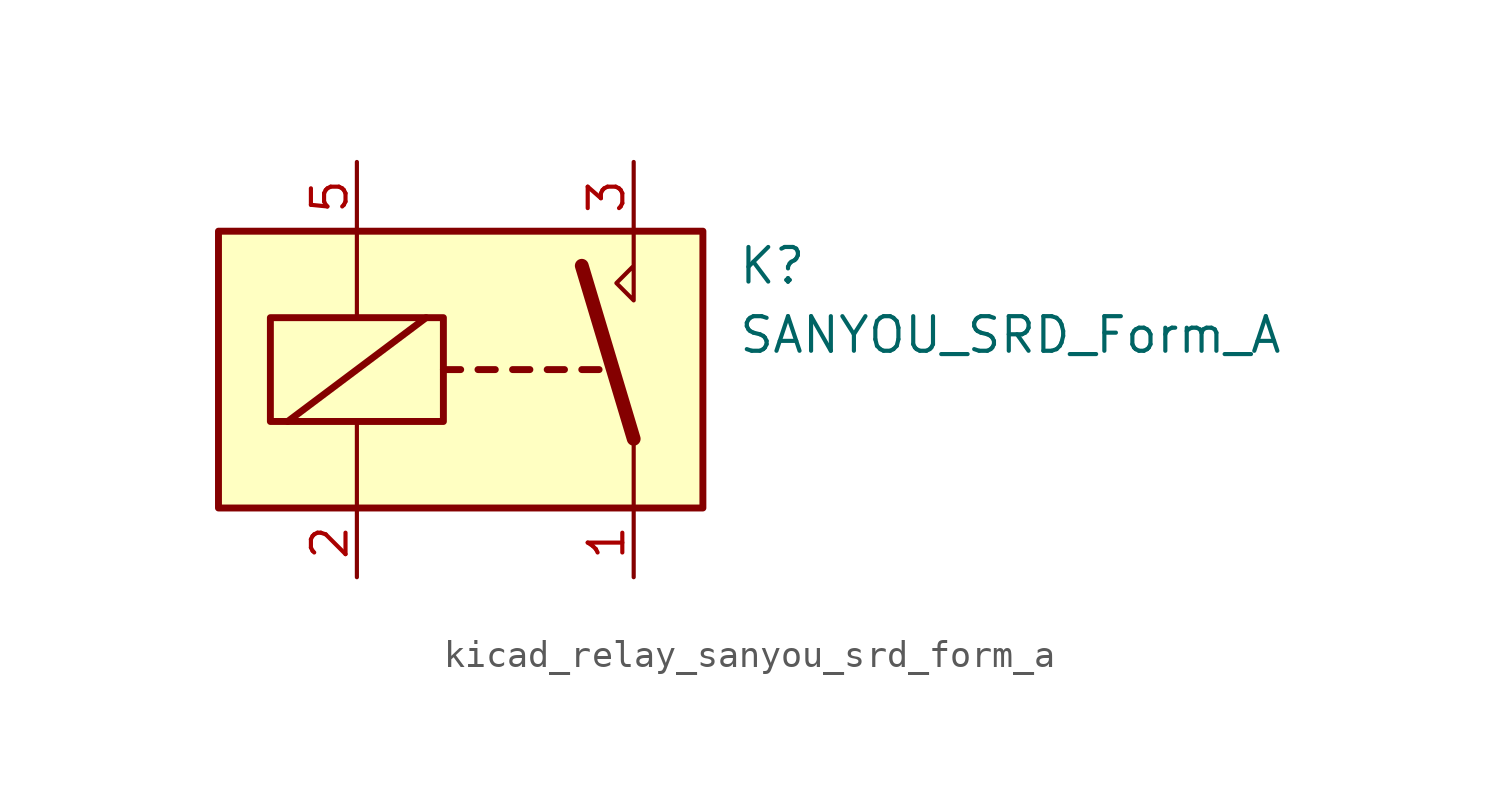
<source format=kicad_sym>
(kicad_symbol_lib
  (version 20220914)
  (generator kicad_symbol_editor)
  (symbol "kicad_relay_sanyou_srd_form_a"
    (property "Reference" "K"
      (at 8.89 3.81 0)
      (effects (font (size 1.27 1.27)) (justify left)))
    (property "Value" "SANYOU_SRD_Form_A"
      (at 8.89 1.27 0)
      (effects (font (size 1.27 1.27)) (justify left)))
    (symbol "kicad_relay_sanyou_srd_form_a_0_0"
      (polyline (pts (xy 5.08 5.08) (xy 5.08 2.54) (xy 4.445 3.175) (xy 5.08 3.81)) (stroke (width 0) (type default)) (fill (type none))))
    (symbol "kicad_relay_sanyou_srd_form_a_0_1"
      (rectangle (start -10.16 5.08) (end 7.62 -5.08) (stroke (width 0.254) (type default)) (fill (type background)))
      (rectangle (start -8.255 1.905) (end -1.905 -1.905) (stroke (width 0.254) (type default)) (fill (type none)))
      (polyline (pts (xy -7.62 -1.905) (xy -2.54 1.905)) (stroke (width 0.254) (type default)) (fill (type none)))
      (polyline (pts (xy -5.08 -5.08) (xy -5.08 -1.905)) (stroke (width 0) (type default)) (fill (type none)))
      (polyline (pts (xy -5.08 5.08) (xy -5.08 1.905)) (stroke (width 0) (type default)) (fill (type none)))
      (polyline (pts (xy -1.905 0) (xy -1.27 0)) (stroke (width 0.254) (type default)) (fill (type none)))
      (polyline (pts (xy -0.635 0) (xy 0 0)) (stroke (width 0.254) (type default)) (fill (type none)))
      (polyline (pts (xy 0.635 0) (xy 1.27 0)) (stroke (width 0.254) (type default)) (fill (type none)))
      (polyline (pts (xy 1.905 0) (xy 2.54 0)) (stroke (width 0.254) (type default)) (fill (type none)))
      (polyline (pts (xy 3.175 0) (xy 3.81 0)) (stroke (width 0.254) (type default)) (fill (type none)))
      (polyline (pts (xy 5.08 -2.54) (xy 3.175 3.81)) (stroke (width 0.508) (type default)) (fill (type none)))
      (polyline (pts (xy 5.08 -2.54) (xy 5.08 -5.08)) (stroke (width 0) (type default)) (fill (type none))))
    (symbol "kicad_relay_sanyou_srd_form_a_1_1"
      (pin passive line (at 5.08 -7.62 90) (length 2.54) (name "~" (effects (font (size 1.27 1.27)))) (number "1" (effects (font (size 1.27 1.27)))))
      (pin passive line (at -5.08 -7.62 90) (length 2.54) (name "~" (effects (font (size 1.27 1.27)))) (number "2" (effects (font (size 1.27 1.27)))))
      (pin passive line (at 5.08 7.62 270) (length 2.54) (name "~" (effects (font (size 1.27 1.27)))) (number "3" (effects (font (size 1.27 1.27)))))
      (pin passive line (at -5.08 7.62 270) (length 2.54) (name "~" (effects (font (size 1.27 1.27)))) (number "5" (effects (font (size 1.27 1.27))))))))
</source>
